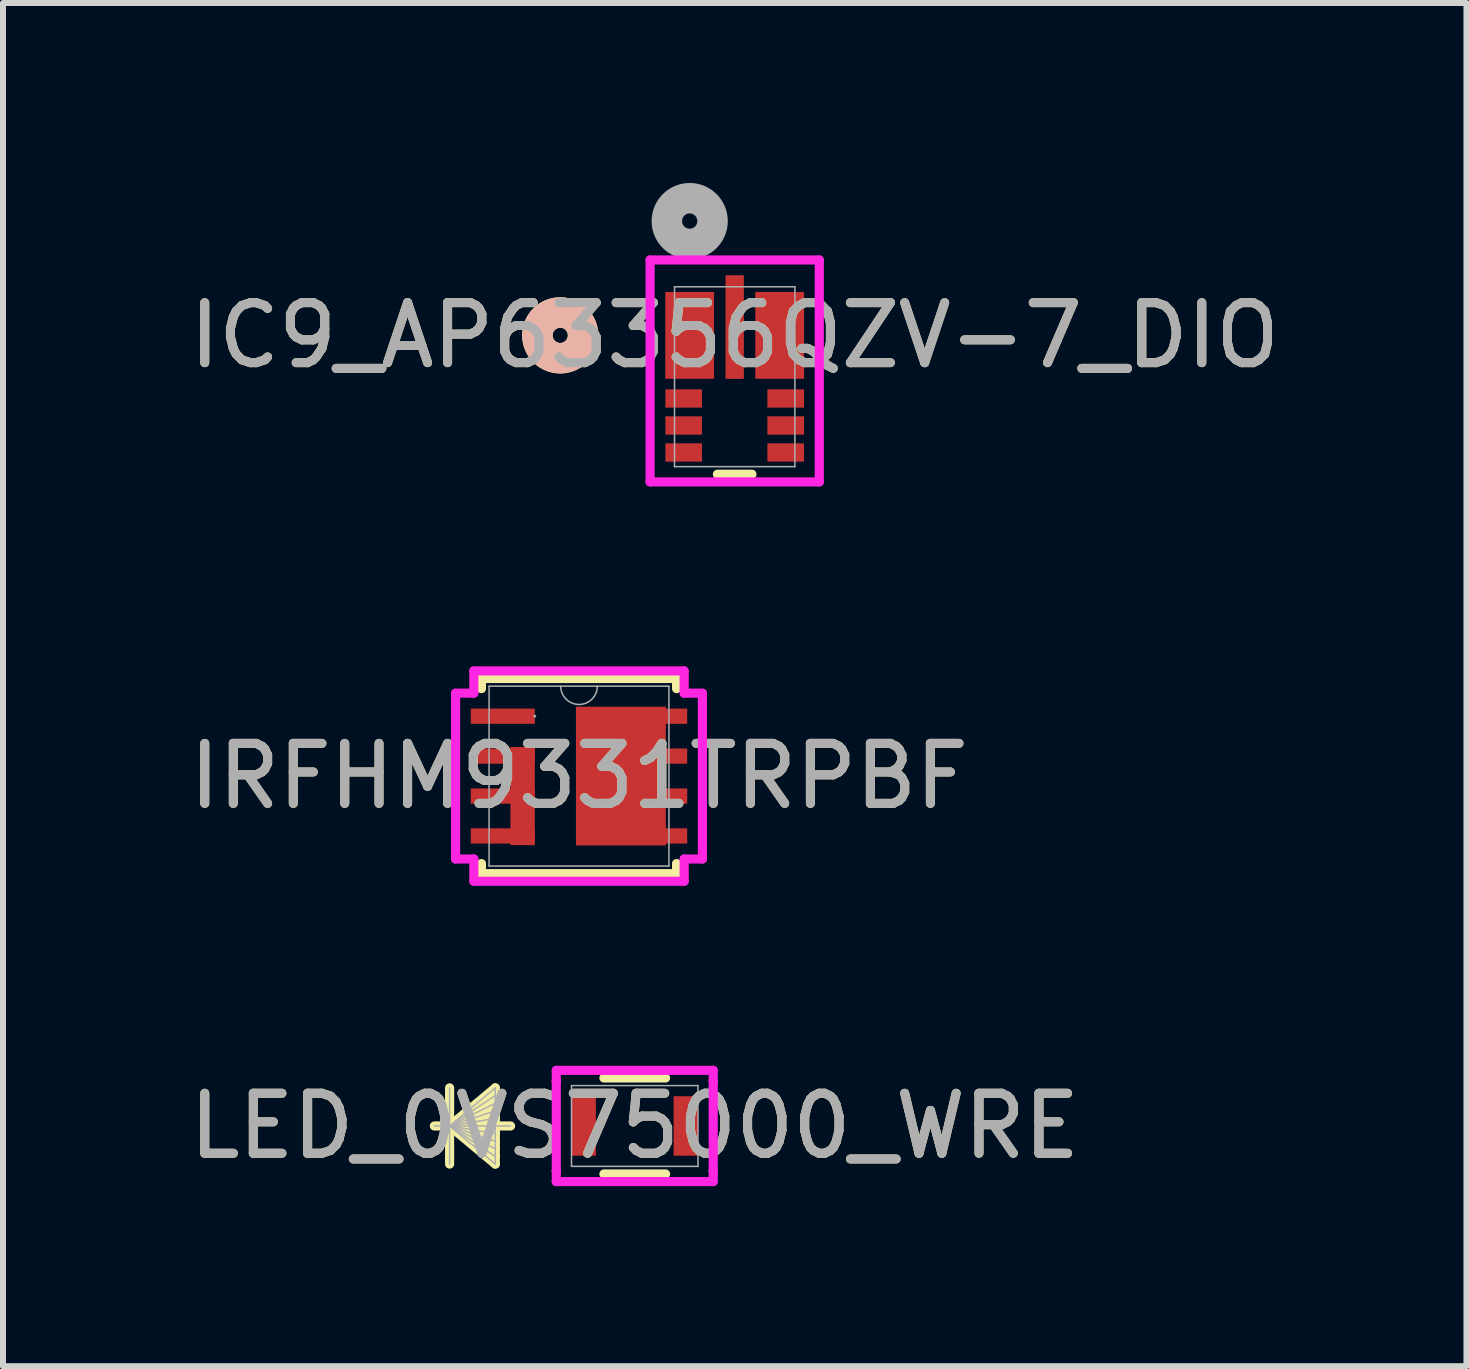
<source format=kicad_pcb>
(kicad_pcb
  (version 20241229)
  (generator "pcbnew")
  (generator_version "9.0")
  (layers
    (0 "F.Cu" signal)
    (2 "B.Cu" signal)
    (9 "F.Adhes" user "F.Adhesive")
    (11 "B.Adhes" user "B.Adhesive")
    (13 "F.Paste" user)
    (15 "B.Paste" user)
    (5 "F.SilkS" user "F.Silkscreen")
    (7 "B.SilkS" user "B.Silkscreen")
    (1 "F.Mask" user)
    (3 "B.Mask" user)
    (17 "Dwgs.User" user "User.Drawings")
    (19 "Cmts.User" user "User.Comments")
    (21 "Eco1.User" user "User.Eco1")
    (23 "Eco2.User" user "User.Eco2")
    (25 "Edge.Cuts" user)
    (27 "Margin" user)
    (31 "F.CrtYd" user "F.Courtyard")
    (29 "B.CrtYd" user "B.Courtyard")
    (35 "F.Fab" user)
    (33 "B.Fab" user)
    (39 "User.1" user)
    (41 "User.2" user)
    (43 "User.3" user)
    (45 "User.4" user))
  (footprint "IC9_AP63356QZV-7_DIO"
    (layer "F.Cu")
    (at 9.196 3.229)
    (property "Reference" "IC9_AP63356QZV-7_DIO" (at 0 -0.689 0) (unlocked yes) (layer "F.SilkS") (effects (font (size 1 1) (thickness 0.15))))
    (attr smd)
    (fp_line (start -0.288 1.626) (end 0.288 1.626) (stroke (width 0.152) (type solid)) (layer "F.SilkS"))
    (fp_circle (center -2.908 -0.689) (end -2.527 -0.689) (stroke (width 0.508) (type solid)) (fill no) (layer "F.SilkS"))
    (fp_circle (center -2.908 -0.689) (end -2.527 -0.689) (stroke (width 0.508) (type solid)) (fill no) (layer "B.SilkS"))
    (fp_line (start -1.41 -1.946) (end -1.41 1.753) (stroke (width 0.152) (type solid)) (layer "F.CrtYd"))
    (fp_line (start -1.41 1.753) (end 1.41 1.753) (stroke (width 0.152) (type solid)) (layer "F.CrtYd"))
    (fp_line (start 1.41 -1.946) (end -1.41 -1.946) (stroke (width 0.152) (type solid)) (layer "F.CrtYd"))
    (fp_line (start 1.41 1.753) (end 1.41 -1.946) (stroke (width 0.152) (type solid)) (layer "F.CrtYd"))
    (fp_line (start -1.003 -1.499) (end -1.003 1.499) (stroke (width 0.025) (type solid)) (layer "F.Fab"))
    (fp_line (start -1.003 1.499) (end 1.003 1.499) (stroke (width 0.025) (type solid)) (layer "F.Fab"))
    (fp_line (start 1.003 -1.499) (end -1.003 -1.499) (stroke (width 0.025) (type solid)) (layer "F.Fab"))
    (fp_line (start 1.003 1.499) (end 1.003 -1.499) (stroke (width 0.025) (type solid)) (layer "F.Fab"))
    (fp_circle (center -0.75 -2.594) (end -0.369 -2.594) (stroke (width 0.508) (type solid)) (fill no) (layer "F.Fab"))
    (fp_text user "${REFERENCE}" (at 0 -0.689 0) (unlocked yes) (layer "F.Fab") (effects (font (size 1 1) (thickness 0.15))))
    (pad "1" smd rect (at -0.75 -0.689) (size 0.813 1.448) (layers "F.Cu" "F.Mask" "F.Paste"))
    (pad "2" smd rect (at -0.85 0.363) (size 0.61 0.305) (layers "F.Cu" "F.Mask" "F.Paste"))
    (pad "3" smd rect (at -0.85 0.813) (size 0.61 0.305) (layers "F.Cu" "F.Mask" "F.Paste"))
    (pad "4" smd rect (at -0.85 1.263) (size 0.61 0.305) (layers "F.Cu" "F.Mask" "F.Paste"))
    (pad "5" smd rect (at 0.85 1.263) (size 0.61 0.305) (layers "F.Cu" "F.Mask" "F.Paste"))
    (pad "6" smd rect (at 0.85 0.813) (size 0.61 0.305) (layers "F.Cu" "F.Mask" "F.Paste"))
    (pad "7" smd rect (at 0.85 0.363) (size 0.61 0.305) (layers "F.Cu" "F.Mask" "F.Paste"))
    (pad "8" smd rect (at 0.75 -0.689) (size 0.813 1.448) (layers "F.Cu" "F.Mask" "F.Paste"))
    (pad "9" smd rect (at 0 -0.828) (size 0.305 1.727) (layers "F.Cu" "F.Mask" "F.Paste")))
  (footprint "LED_0VS75000_WRE"
    (layer "F.Cu")
    (at 7.53 15.718)
    (property "Reference" "LED_0VS75000_WRE" (at 0 0 0) (unlocked yes) (layer "F.SilkS") (effects (font (size 1 1) (thickness 0.15))))
    (attr smd)
    (fp_line (start -3.086 -0.635) (end -3.086 0.635) (stroke (width 0.152) (type solid)) (layer "F.SilkS"))
    (fp_line (start -3.086 0) (end -2.324 -0.635) (stroke (width 0.152) (type solid)) (layer "F.SilkS"))
    (fp_line (start -3.086 0) (end -2.324 -0.508) (stroke (width 0.152) (type solid)) (layer "F.SilkS"))
    (fp_line (start -3.086 0) (end -2.324 -0.381) (stroke (width 0.152) (type solid)) (layer "F.SilkS"))
    (fp_line (start -3.086 0) (end -2.324 -0.254) (stroke (width 0.152) (type solid)) (layer "F.SilkS"))
    (fp_line (start -3.086 0) (end -2.324 -0.127) (stroke (width 0.152) (type solid)) (layer "F.SilkS"))
    (fp_line (start -3.086 0) (end -2.324 0.127) (stroke (width 0.152) (type solid)) (layer "F.SilkS"))
    (fp_line (start -3.086 0) (end -2.324 0.254) (stroke (width 0.152) (type solid)) (layer "F.SilkS"))
    (fp_line (start -3.086 0) (end -2.324 0.381) (stroke (width 0.152) (type solid)) (layer "F.SilkS"))
    (fp_line (start -3.086 0) (end -2.324 0.508) (stroke (width 0.152) (type solid)) (layer "F.SilkS"))
    (fp_line (start -3.086 0) (end -2.324 0.635) (stroke (width 0.152) (type solid)) (layer "F.SilkS"))
    (fp_line (start -2.324 -0.635) (end -2.324 0.635) (stroke (width 0.152) (type solid)) (layer "F.SilkS"))
    (fp_line (start -2.07 0) (end -3.34 0) (stroke (width 0.152) (type solid)) (layer "F.SilkS"))
    (fp_line (start -0.514 0.8) (end 0.514 0.8) (stroke (width 0.152) (type solid)) (layer "F.SilkS"))
    (fp_line (start 0.514 -0.8) (end -0.514 -0.8) (stroke (width 0.152) (type solid)) (layer "F.SilkS"))
    (fp_line (start -1.308 -0.927) (end 1.308 -0.927) (stroke (width 0.152) (type solid)) (layer "F.CrtYd"))
    (fp_line (start -1.308 -0.749) (end -1.308 -0.927) (stroke (width 0.152) (type solid)) (layer "F.CrtYd"))
    (fp_line (start -1.308 -0.749) (end -1.308 -0.749) (stroke (width 0.152) (type solid)) (layer "F.CrtYd"))
    (fp_line (start -1.308 0.749) (end -1.308 -0.749) (stroke (width 0.152) (type solid)) (layer "F.CrtYd"))
    (fp_line (start -1.308 0.749) (end -1.308 0.749) (stroke (width 0.152) (type solid)) (layer "F.CrtYd"))
    (fp_line (start -1.308 0.927) (end -1.308 0.749) (stroke (width 0.152) (type solid)) (layer "F.CrtYd"))
    (fp_line (start 1.308 -0.927) (end 1.308 -0.749) (stroke (width 0.152) (type solid)) (layer "F.CrtYd"))
    (fp_line (start 1.308 -0.749) (end 1.308 -0.749) (stroke (width 0.152) (type solid)) (layer "F.CrtYd"))
    (fp_line (start 1.308 -0.749) (end 1.308 0.749) (stroke (width 0.152) (type solid)) (layer "F.CrtYd"))
    (fp_line (start 1.308 0.749) (end 1.308 0.749) (stroke (width 0.152) (type solid)) (layer "F.CrtYd"))
    (fp_line (start 1.308 0.749) (end 1.308 0.927) (stroke (width 0.152) (type solid)) (layer "F.CrtYd"))
    (fp_line (start 1.308 0.927) (end -1.308 0.927) (stroke (width 0.152) (type solid)) (layer "F.CrtYd"))
    (fp_line (start -3.086 -0.635) (end -3.086 0.635) (stroke (width 0.025) (type solid)) (layer "F.Fab"))
    (fp_line (start -3.086 0) (end -2.324 -0.635) (stroke (width 0.025) (type solid)) (layer "F.Fab"))
    (fp_line (start -3.086 0) (end -2.324 -0.508) (stroke (width 0.025) (type solid)) (layer "F.Fab"))
    (fp_line (start -3.086 0) (end -2.324 -0.381) (stroke (width 0.025) (type solid)) (layer "F.Fab"))
    (fp_line (start -3.086 0) (end -2.324 -0.254) (stroke (width 0.025) (type solid)) (layer "F.Fab"))
    (fp_line (start -3.086 0) (end -2.324 -0.127) (stroke (width 0.025) (type solid)) (layer "F.Fab"))
    (fp_line (start -3.086 0) (end -2.324 0.127) (stroke (width 0.025) (type solid)) (layer "F.Fab"))
    (fp_line (start -3.086 0) (end -2.324 0.254) (stroke (width 0.025) (type solid)) (layer "F.Fab"))
    (fp_line (start -3.086 0) (end -2.324 0.381) (stroke (width 0.025) (type solid)) (layer "F.Fab"))
    (fp_line (start -3.086 0) (end -2.324 0.508) (stroke (width 0.025) (type solid)) (layer "F.Fab"))
    (fp_line (start -3.086 0) (end -2.324 0.635) (stroke (width 0.025) (type solid)) (layer "F.Fab"))
    (fp_line (start -2.324 -0.635) (end -2.324 0.635) (stroke (width 0.025) (type solid)) (layer "F.Fab"))
    (fp_line (start -2.07 0) (end -3.34 0) (stroke (width 0.025) (type solid)) (layer "F.Fab"))
    (fp_line (start -1.054 -0.673) (end -1.054 0.673) (stroke (width 0.025) (type solid)) (layer "F.Fab"))
    (fp_line (start -1.054 0.673) (end 1.054 0.673) (stroke (width 0.025) (type solid)) (layer "F.Fab"))
    (fp_line (start 1.054 -0.673) (end -1.054 -0.673) (stroke (width 0.025) (type solid)) (layer "F.Fab"))
    (fp_line (start 1.054 0.673) (end 1.054 -0.673) (stroke (width 0.025) (type solid)) (layer "F.Fab"))
    (fp_text user "${REFERENCE}" (at 0 0 0) (unlocked yes) (layer "F.Fab") (effects (font (size 1 1) (thickness 0.15))))
    (pad "1" smd rect (at -0.851 0) (size 0.406 0.991) (layers "F.Cu" "F.Mask" "F.Paste"))
    (pad "2" smd rect (at 0.851 0) (size 0.406 0.991) (layers "F.Cu" "F.Mask" "F.Paste"))
    (zone (net_name "") (layer "F.Cu") (hatch full 0.508) (connect_pads) (min_thickness 0.254) (filled_areas_thickness no) (keepout (tracks not_allowed) (vias not_allowed) (pads allowed) (copperpour not_allowed) (footprints allowed)) (placement (enabled no)) (fill) (polygon (pts (xy 6.933 15.096) (xy 8.127 15.096) (xy 8.127 16.341) (xy 6.933 16.341)))))
  (footprint "IRFHM9331TRPBF"
    (layer "F.Cu")
    (at 6.601 9.886)
    (property "Reference" "IRFHM9331TRPBF" (at 0 0 0) (unlocked yes) (layer "F.SilkS") (effects (font (size 1 1) (thickness 0.15))))
    (attr smd)
    (fp_poly (pts (xy -0.737 -0.485) (xy -1.143 -0.485) (xy -1.143 1.151) (xy -0.737 1.151)) (stroke (width 0) (type solid)) (fill yes) (layer "F.Cu"))
    (fp_poly (pts (xy 1.448 -1.156) (xy -0.051 -1.156) (xy -0.051 1.156) (xy 1.448 1.156)) (stroke (width 0) (type solid)) (fill yes) (layer "F.Cu"))
    (fp_poly (pts (xy -0.737 -0.485) (xy -1.143 -0.485) (xy -1.143 1.151) (xy -0.737 1.151)) (stroke (width 0) (type solid)) (fill yes) (layer "F.Mask"))
    (fp_poly (pts (xy 1.448 -1.156) (xy -0.051 -1.156) (xy -0.051 1.156) (xy 1.448 1.156)) (stroke (width 0) (type solid)) (fill yes) (layer "F.Mask"))
    (fp_line (start -1.626 -1.626) (end -1.626 -1.458) (stroke (width 0.152) (type solid)) (layer "F.SilkS"))
    (fp_line (start -1.626 1.458) (end -1.626 1.626) (stroke (width 0.152) (type solid)) (layer "F.SilkS"))
    (fp_line (start -1.626 1.626) (end 1.626 1.626) (stroke (width 0.152) (type solid)) (layer "F.SilkS"))
    (fp_line (start 1.626 -1.626) (end -1.626 -1.626) (stroke (width 0.152) (type solid)) (layer "F.SilkS"))
    (fp_line (start 1.626 -1.458) (end 1.626 -1.626) (stroke (width 0.152) (type solid)) (layer "F.SilkS"))
    (fp_line (start 1.626 1.626) (end 1.626 1.458) (stroke (width 0.152) (type solid)) (layer "F.SilkS"))
    (fp_poly (pts (xy -0.737 -0.485) (xy -1.143 -0.485) (xy -1.143 1.151) (xy -0.737 1.151)) (stroke (width 0) (type solid)) (fill yes) (layer "F.Paste"))
    (fp_poly (pts (xy 1.448 -1.156) (xy -0.051 -1.156) (xy -0.051 1.156) (xy 1.448 1.156)) (stroke (width 0) (type solid)) (fill yes) (layer "F.Paste"))
    (fp_line (start -2.057 -1.382) (end -1.753 -1.382) (stroke (width 0.152) (type solid)) (layer "F.CrtYd"))
    (fp_line (start -2.057 1.382) (end -2.057 -1.382) (stroke (width 0.152) (type solid)) (layer "F.CrtYd"))
    (fp_line (start -2.057 1.382) (end -1.753 1.382) (stroke (width 0.152) (type solid)) (layer "F.CrtYd"))
    (fp_line (start -1.753 -1.753) (end 1.753 -1.753) (stroke (width 0.152) (type solid)) (layer "F.CrtYd"))
    (fp_line (start -1.753 -1.382) (end -1.753 -1.753) (stroke (width 0.152) (type solid)) (layer "F.CrtYd"))
    (fp_line (start -1.753 1.753) (end -1.753 1.382) (stroke (width 0.152) (type solid)) (layer "F.CrtYd"))
    (fp_line (start 1.753 -1.753) (end 1.753 -1.382) (stroke (width 0.152) (type solid)) (layer "F.CrtYd"))
    (fp_line (start 1.753 1.382) (end 1.753 1.753) (stroke (width 0.152) (type solid)) (layer "F.CrtYd"))
    (fp_line (start 1.753 1.753) (end -1.753 1.753) (stroke (width 0.152) (type solid)) (layer "F.CrtYd"))
    (fp_line (start 2.057 -1.382) (end 1.753 -1.382) (stroke (width 0.152) (type solid)) (layer "F.CrtYd"))
    (fp_line (start 2.057 -1.382) (end 2.057 1.382) (stroke (width 0.152) (type solid)) (layer "F.CrtYd"))
    (fp_line (start 2.057 1.382) (end 1.753 1.382) (stroke (width 0.152) (type solid)) (layer "F.CrtYd"))
    (fp_line (start -1.499 -1.499) (end -1.499 1.499) (stroke (width 0.025) (type solid)) (layer "F.Fab"))
    (fp_line (start -1.499 1.499) (end 1.499 1.499) (stroke (width 0.025) (type solid)) (layer "F.Fab"))
    (fp_line (start 1.499 -1.499) (end -1.499 -1.499) (stroke (width 0.025) (type solid)) (layer "F.Fab"))
    (fp_line (start 1.499 1.499) (end 1.499 -1.499) (stroke (width 0.025) (type solid)) (layer "F.Fab"))
    (fp_arc (start 0.3048 -1.4986) (mid 0 -1.1938) (end -0.3048 -1.4986) (stroke (width 0.0254) (type solid)) (layer "F.Fab"))
    (fp_circle (center -0.737 -0.998) (end -0.737 -0.998) (stroke (width 0.025) (type solid)) (fill no) (layer "F.Fab"))
    (fp_text user "${REFERENCE}" (at 0 0 0) (unlocked yes) (layer "F.Fab") (effects (font (size 1 1) (thickness 0.15))))
    (pad "1" smd rect (at -1.27 -0.998) (size 1.067 0.254) (layers "F.Cu" "F.Mask" "F.Paste"))
    (pad "2" smd rect (at -1.27 -0.333) (size 1.067 0.254) (layers "F.Cu" "F.Mask" "F.Paste"))
    (pad "3" smd rect (at -1.27 0.333) (size 1.067 0.254) (layers "F.Cu" "F.Mask" "F.Paste"))
    (pad "4" smd rect (at -1.27 0.998) (size 1.067 0.254) (layers "F.Cu" "F.Mask" "F.Paste"))
    (pad "5" smd rect (at 1.27 0.998) (size 1.067 0.254) (layers "F.Cu" "F.Mask" "F.Paste"))
    (pad "6" smd rect (at 1.27 0.333) (size 1.067 0.254) (layers "F.Cu" "F.Mask" "F.Paste"))
    (pad "7" smd rect (at 1.27 -0.333) (size 1.067 0.254) (layers "F.Cu" "F.Mask" "F.Paste"))
    (pad "8" smd rect (at 1.27 -0.998) (size 1.067 0.254) (layers "F.Cu" "F.Mask" "F.Paste")))
  (gr_rect
    (start -3 -3)
    (end 21.393 19.722)
    (stroke (width 0.1) (type default))
    (fill no)
    (layer "Edge.Cuts")))
</source>
